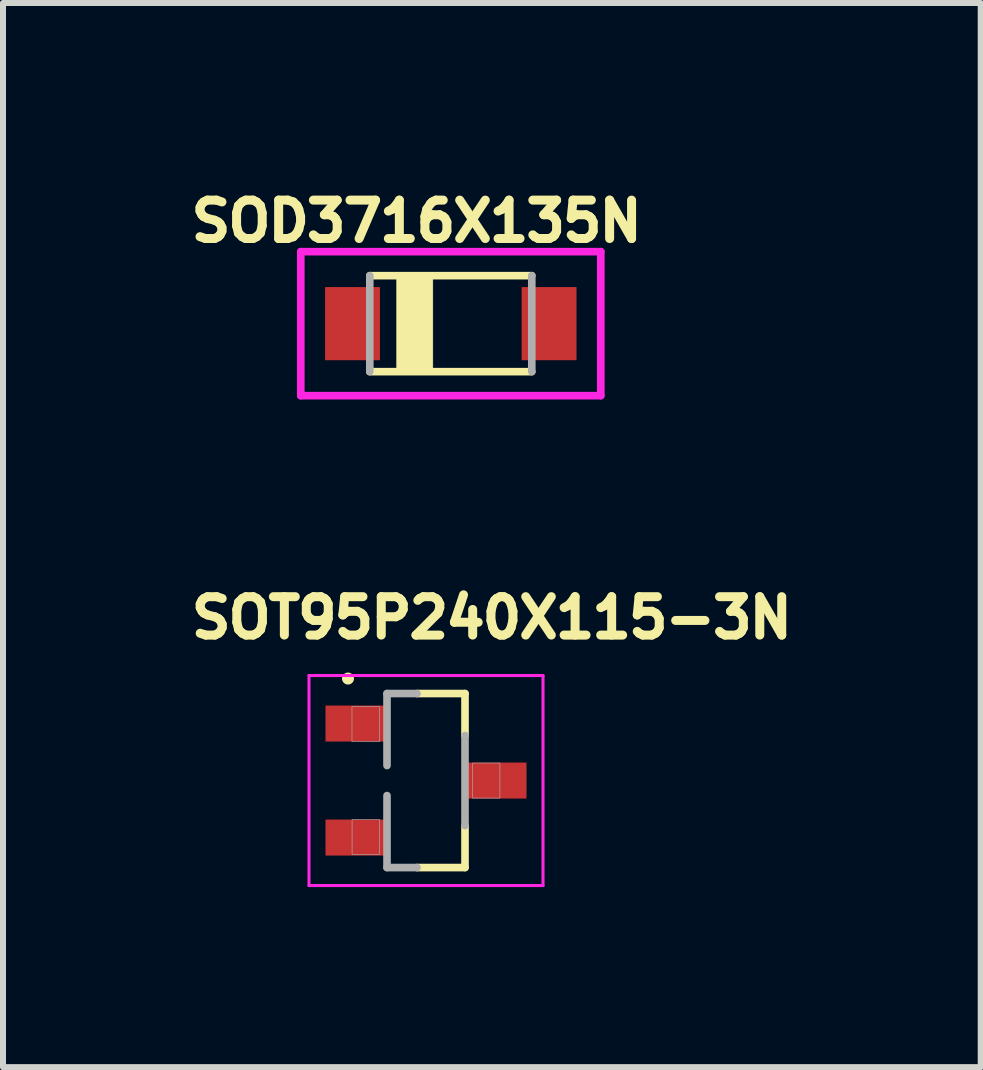
<source format=kicad_pcb>
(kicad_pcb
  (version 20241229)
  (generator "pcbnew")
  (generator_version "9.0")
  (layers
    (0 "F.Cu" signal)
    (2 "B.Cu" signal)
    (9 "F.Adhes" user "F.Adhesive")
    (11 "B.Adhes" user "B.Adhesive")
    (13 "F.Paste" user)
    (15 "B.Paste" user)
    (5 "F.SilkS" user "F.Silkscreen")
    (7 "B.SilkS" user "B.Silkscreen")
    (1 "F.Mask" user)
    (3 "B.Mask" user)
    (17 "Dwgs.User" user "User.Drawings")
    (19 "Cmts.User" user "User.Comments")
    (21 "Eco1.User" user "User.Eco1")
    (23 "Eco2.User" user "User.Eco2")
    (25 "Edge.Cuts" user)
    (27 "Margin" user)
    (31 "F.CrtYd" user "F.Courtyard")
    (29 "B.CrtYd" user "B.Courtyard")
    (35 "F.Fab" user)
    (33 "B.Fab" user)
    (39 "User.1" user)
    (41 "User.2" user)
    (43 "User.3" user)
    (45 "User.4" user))
  (footprint "SOT95P240X115-3N"
    (layer "F.Cu")
    (at 4.05 9.959)
    (property "Reference" "SOT95P240X115-3N" (at 1.098 -2.713 0) (layer "F.SilkS") (effects (font (size 0.64 0.64) (thickness 0.15))))
    (attr through_hole)
    (fp_line (start 0.65 -1.45) (end -0.15 -1.45) (stroke (width 0.127) (type solid)) (layer "F.SilkS"))
    (fp_line (start 0.65 -1.45) (end 0.65 -0.75) (stroke (width 0.127) (type solid)) (layer "F.SilkS"))
    (fp_line (start 0.65 1.45) (end -0.15 1.45) (stroke (width 0.127) (type solid)) (layer "F.SilkS"))
    (fp_line (start 0.65 1.45) (end 0.65 0.75) (stroke (width 0.127) (type solid)) (layer "F.SilkS"))
    (fp_circle (center -1.3 -1.7) (end -1.2 -1.7) (stroke (width 0) (type solid)) (fill yes) (layer "F.SilkS"))
    (fp_line (start -1.95 -1.75) (end 1.95 -1.75) (stroke (width 0.051) (type solid)) (layer "F.CrtYd"))
    (fp_line (start -1.95 1.75) (end -1.95 -1.75) (stroke (width 0.051) (type solid)) (layer "F.CrtYd"))
    (fp_line (start 1.95 -1.75) (end 1.95 1.75) (stroke (width 0.051) (type solid)) (layer "F.CrtYd"))
    (fp_line (start 1.95 1.75) (end -1.95 1.75) (stroke (width 0.051) (type solid)) (layer "F.CrtYd"))
    (fp_line (start -0.65 -1.45) (end -0.65 -0.25) (stroke (width 0.127) (type solid)) (layer "F.Fab"))
    (fp_line (start -0.65 0.25) (end -0.65 1.45) (stroke (width 0.127) (type solid)) (layer "F.Fab"))
    (fp_line (start -0.65 1.45) (end -0.15 1.45) (stroke (width 0.127) (type solid)) (layer "F.Fab"))
    (fp_line (start -0.15 -1.45) (end -0.65 -1.45) (stroke (width 0.127) (type solid)) (layer "F.Fab"))
    (fp_line (start 0.65 -0.75) (end 0.65 0.75) (stroke (width 0.127) (type solid)) (layer "F.Fab"))
    (fp_poly (pts (xy -1.234 -1.232) (xy -0.775 -1.232) (xy -0.775 -0.649) (xy -1.234 -0.649)) (stroke (width 0.01) (type solid)) (fill no) (layer "F.Fab"))
    (fp_poly (pts (xy -1.232 0.648) (xy -0.775 0.648) (xy -0.775 1.232) (xy -1.232 1.232)) (stroke (width 0.01) (type solid)) (fill no) (layer "F.Fab"))
    (fp_poly (pts (xy 0.775 -0.292) (xy 1.232 -0.292) (xy 1.232 0.292) (xy 0.775 0.292)) (stroke (width 0.01) (type solid)) (fill no) (layer "F.Fab"))
    (pad "1" smd rect (at -1.15 -0.95) (size 1.05 0.6) (layers "F.Cu" "F.Mask" "F.Paste"))
    (pad "2" smd rect (at -1.15 0.95) (size 1.05 0.6) (layers "F.Cu" "F.Mask" "F.Paste"))
    (pad "3" smd rect (at 1.15 0) (size 1.05 0.6) (layers "F.Cu" "F.Mask" "F.Paste")))
  (footprint "SOD3716X135N"
    (layer "F.Cu")
    (at 4.463 2.344)
    (property "Reference" "SOD3716X135N" (at -0.568 -1.707 0) (layer "F.SilkS") (effects (font (size 0.64 0.64) (thickness 0.15))))
    (attr through_hole)
    (fp_line (start -1.35 -0.8) (end 1.35 -0.8) (stroke (width 0.127) (type solid)) (layer "F.SilkS"))
    (fp_line (start 1.35 0.8) (end -1.35 0.8) (stroke (width 0.127) (type solid)) (layer "F.SilkS"))
    (fp_poly (pts (xy -0.901 -0.8) (xy -0.3 -0.8) (xy -0.3 0.801) (xy -0.901 0.801)) (stroke (width 0.01) (type solid)) (fill yes) (layer "F.SilkS"))
    (fp_line (start -2.5 -1.2) (end -2.5 1.2) (stroke (width 0.127) (type solid)) (layer "F.CrtYd"))
    (fp_line (start -2.5 1.2) (end 2.5 1.2) (stroke (width 0.127) (type solid)) (layer "F.CrtYd"))
    (fp_line (start 2.5 -1.2) (end -2.5 -1.2) (stroke (width 0.127) (type solid)) (layer "F.CrtYd"))
    (fp_line (start 2.5 1.2) (end 2.5 -1.2) (stroke (width 0.127) (type solid)) (layer "F.CrtYd"))
    (fp_line (start -1.35 0.8) (end -1.35 -0.8) (stroke (width 0.127) (type solid)) (layer "F.Fab"))
    (fp_line (start 1.35 -0.8) (end 1.35 0.8) (stroke (width 0.127) (type solid)) (layer "F.Fab"))
    (pad "A" smd rect (at 1.638 0) (size 0.914 1.219) (layers "F.Cu" "F.Mask" "F.Paste"))
    (pad "C" smd rect (at -1.638 0) (size 0.914 1.219) (layers "F.Cu" "F.Mask" "F.Paste")))
  (gr_rect
    (start -3 -3)
    (end 13.295 14.735)
    (stroke (width 0.1) (type default))
    (fill no)
    (layer "Edge.Cuts")))
</source>
